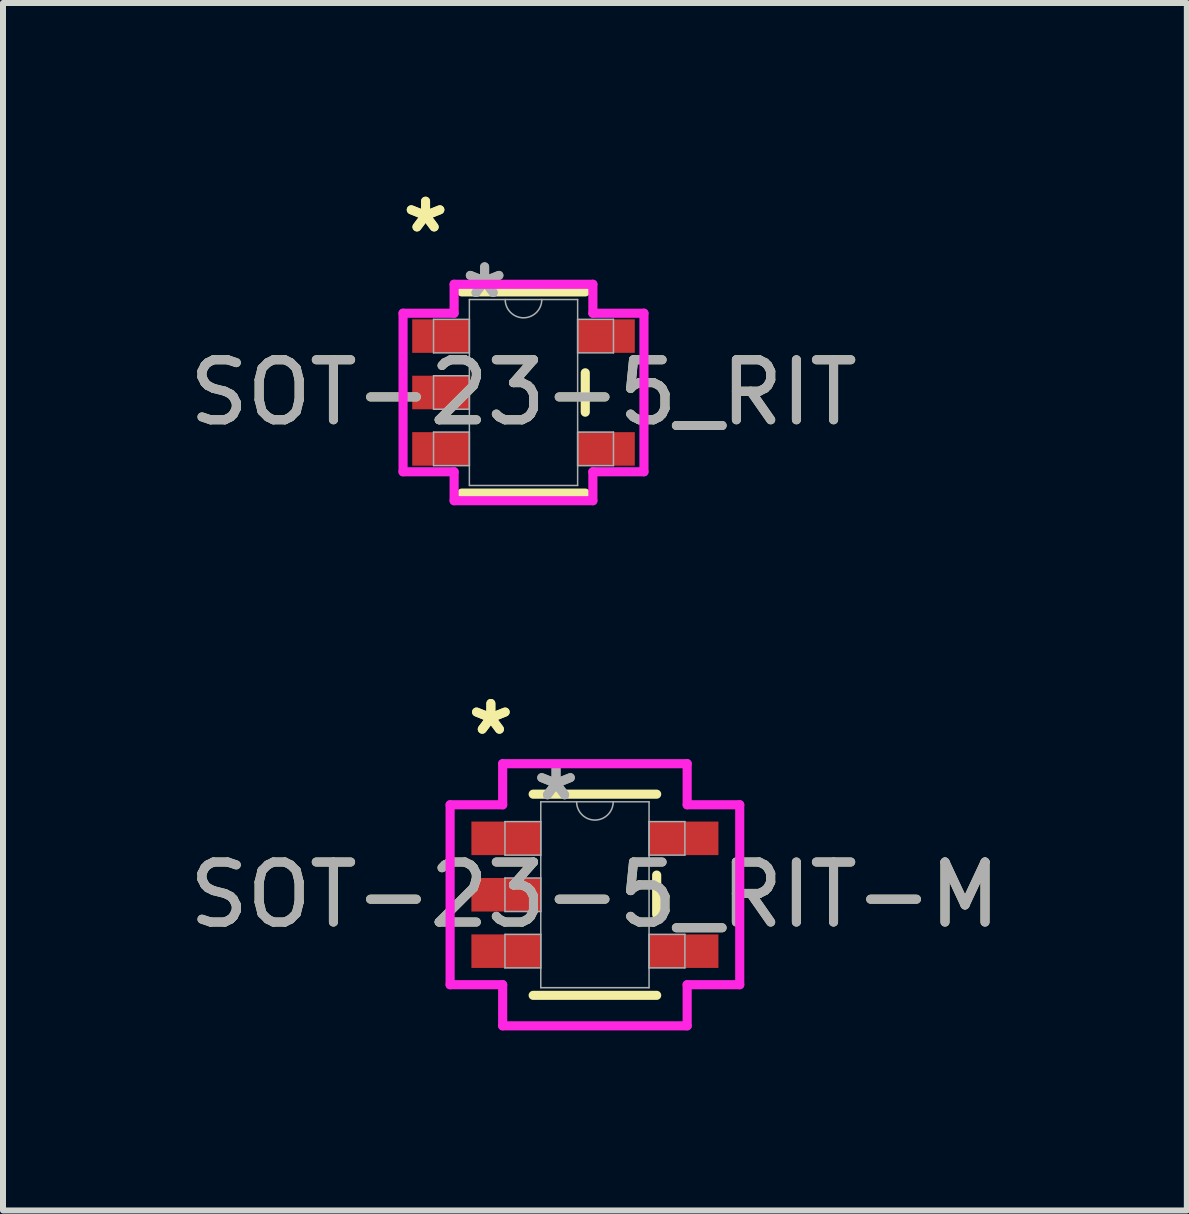
<source format=kicad_pcb>
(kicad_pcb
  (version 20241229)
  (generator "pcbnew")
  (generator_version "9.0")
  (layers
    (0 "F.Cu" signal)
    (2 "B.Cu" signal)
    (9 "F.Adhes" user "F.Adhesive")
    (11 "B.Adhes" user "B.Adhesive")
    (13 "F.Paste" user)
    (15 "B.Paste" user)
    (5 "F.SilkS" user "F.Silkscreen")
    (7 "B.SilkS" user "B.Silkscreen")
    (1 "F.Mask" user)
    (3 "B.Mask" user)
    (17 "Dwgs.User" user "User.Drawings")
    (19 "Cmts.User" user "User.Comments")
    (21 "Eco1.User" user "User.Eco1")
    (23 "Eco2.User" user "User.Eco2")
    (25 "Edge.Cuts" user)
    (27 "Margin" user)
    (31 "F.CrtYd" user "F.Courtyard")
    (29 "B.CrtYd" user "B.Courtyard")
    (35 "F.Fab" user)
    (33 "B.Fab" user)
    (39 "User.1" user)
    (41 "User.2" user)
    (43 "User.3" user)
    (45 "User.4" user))
  (footprint "SOT-23-5_RIT-M"
    (layer "F.Cu")
    (at 6.863 11.859)
    (property "Reference" "SOT-23-5_RIT-M" (at 0 0 0) (unlocked yes) (layer "F.SilkS") (effects (font (size 1 1) (thickness 0.15))))
    (attr smd)
    (fp_line (start -1.029 1.676) (end 1.029 1.676) (stroke (width 0.152) (type solid)) (layer "F.SilkS"))
    (fp_line (start 1.029 -1.676) (end -1.029 -1.676) (stroke (width 0.152) (type solid)) (layer "F.SilkS"))
    (fp_line (start 1.029 0.328) (end 1.029 -0.328) (stroke (width 0.152) (type solid)) (layer "F.SilkS"))
    (fp_line (start -2.413 -1.499) (end -1.537 -1.499) (stroke (width 0.152) (type solid)) (layer "F.CrtYd"))
    (fp_line (start -2.413 1.499) (end -2.413 -1.499) (stroke (width 0.152) (type solid)) (layer "F.CrtYd"))
    (fp_line (start -1.537 -2.184) (end 1.537 -2.184) (stroke (width 0.152) (type solid)) (layer "F.CrtYd"))
    (fp_line (start -1.537 -1.499) (end -1.537 -2.184) (stroke (width 0.152) (type solid)) (layer "F.CrtYd"))
    (fp_line (start -1.537 1.499) (end -2.413 1.499) (stroke (width 0.152) (type solid)) (layer "F.CrtYd"))
    (fp_line (start -1.537 2.184) (end -1.537 1.499) (stroke (width 0.152) (type solid)) (layer "F.CrtYd"))
    (fp_line (start 1.537 -2.184) (end 1.537 -1.499) (stroke (width 0.152) (type solid)) (layer "F.CrtYd"))
    (fp_line (start 1.537 -1.499) (end 2.413 -1.499) (stroke (width 0.152) (type solid)) (layer "F.CrtYd"))
    (fp_line (start 1.537 1.499) (end 1.537 2.184) (stroke (width 0.152) (type solid)) (layer "F.CrtYd"))
    (fp_line (start 1.537 2.184) (end -1.537 2.184) (stroke (width 0.152) (type solid)) (layer "F.CrtYd"))
    (fp_line (start 2.413 -1.499) (end 2.413 1.499) (stroke (width 0.152) (type solid)) (layer "F.CrtYd"))
    (fp_line (start 2.413 1.499) (end 1.537 1.499) (stroke (width 0.152) (type solid)) (layer "F.CrtYd"))
    (fp_line (start -1.499 -1.219) (end -1.499 -0.66) (stroke (width 0.025) (type solid)) (layer "F.Fab"))
    (fp_line (start -1.499 -0.66) (end -0.902 -0.66) (stroke (width 0.025) (type solid)) (layer "F.Fab"))
    (fp_line (start -1.499 -0.279) (end -1.499 0.279) (stroke (width 0.025) (type solid)) (layer "F.Fab"))
    (fp_line (start -1.499 0.279) (end -0.902 0.279) (stroke (width 0.025) (type solid)) (layer "F.Fab"))
    (fp_line (start -1.499 0.66) (end -1.499 1.219) (stroke (width 0.025) (type solid)) (layer "F.Fab"))
    (fp_line (start -1.499 1.219) (end -0.902 1.219) (stroke (width 0.025) (type solid)) (layer "F.Fab"))
    (fp_line (start -0.902 -1.549) (end -0.902 1.549) (stroke (width 0.025) (type solid)) (layer "F.Fab"))
    (fp_line (start -0.902 -1.219) (end -1.499 -1.219) (stroke (width 0.025) (type solid)) (layer "F.Fab"))
    (fp_line (start -0.902 -0.66) (end -0.902 -1.219) (stroke (width 0.025) (type solid)) (layer "F.Fab"))
    (fp_line (start -0.902 -0.279) (end -1.499 -0.279) (stroke (width 0.025) (type solid)) (layer "F.Fab"))
    (fp_line (start -0.902 0.279) (end -0.902 -0.279) (stroke (width 0.025) (type solid)) (layer "F.Fab"))
    (fp_line (start -0.902 0.66) (end -1.499 0.66) (stroke (width 0.025) (type solid)) (layer "F.Fab"))
    (fp_line (start -0.902 1.219) (end -0.902 0.66) (stroke (width 0.025) (type solid)) (layer "F.Fab"))
    (fp_line (start -0.902 1.549) (end 0.902 1.549) (stroke (width 0.025) (type solid)) (layer "F.Fab"))
    (fp_line (start 0.902 -1.549) (end -0.902 -1.549) (stroke (width 0.025) (type solid)) (layer "F.Fab"))
    (fp_line (start 0.902 -1.219) (end 0.902 -0.66) (stroke (width 0.025) (type solid)) (layer "F.Fab"))
    (fp_line (start 0.902 -0.66) (end 1.499 -0.66) (stroke (width 0.025) (type solid)) (layer "F.Fab"))
    (fp_line (start 0.902 0.66) (end 0.902 1.219) (stroke (width 0.025) (type solid)) (layer "F.Fab"))
    (fp_line (start 0.902 1.219) (end 1.499 1.219) (stroke (width 0.025) (type solid)) (layer "F.Fab"))
    (fp_line (start 0.902 1.549) (end 0.902 -1.549) (stroke (width 0.025) (type solid)) (layer "F.Fab"))
    (fp_line (start 1.499 -1.219) (end 0.902 -1.219) (stroke (width 0.025) (type solid)) (layer "F.Fab"))
    (fp_line (start 1.499 -0.66) (end 1.499 -1.219) (stroke (width 0.025) (type solid)) (layer "F.Fab"))
    (fp_line (start 1.499 0.66) (end 0.902 0.66) (stroke (width 0.025) (type solid)) (layer "F.Fab"))
    (fp_line (start 1.499 1.219) (end 1.499 0.66) (stroke (width 0.025) (type solid)) (layer "F.Fab"))
    (fp_arc (start 0.3048 -1.5494) (mid 0 -1.2446) (end -0.3048 -1.5494) (stroke (width 0.0254) (type solid)) (layer "F.Fab"))
    (fp_text user "*" (at -1.734 -2.642 0) (unlocked yes) (layer "F.SilkS") (effects (font (size 1 1) (thickness 0.15))))
    (fp_text user "*" (at -1.734 -2.642 0) (layer "F.SilkS") (effects (font (size 1 1) (thickness 0.15))))
    (fp_text user "${REFERENCE}" (at 0 0 0) (unlocked yes) (layer "F.Fab") (effects (font (size 1 1) (thickness 0.15))))
    (fp_text user "*" (at -0.648 -1.549 0) (layer "F.Fab") (effects (font (size 1 1) (thickness 0.15))))
    (fp_text user "*" (at -0.648 -1.549 0) (unlocked yes) (layer "F.Fab") (effects (font (size 1 1) (thickness 0.15))))
    (pad "1" smd rect (at -1.48 -0.94) (size 1.156 0.559) (layers "F.Cu" "F.Mask" "F.Paste"))
    (pad "2" smd rect (at -1.48 0) (size 1.156 0.559) (layers "F.Cu" "F.Mask" "F.Paste"))
    (pad "3" smd rect (at -1.48 0.94) (size 1.156 0.559) (layers "F.Cu" "F.Mask" "F.Paste"))
    (pad "4" smd rect (at 1.48 0.94) (size 1.156 0.559) (layers "F.Cu" "F.Mask" "F.Paste"))
    (pad "5" smd rect (at 1.48 -0.94) (size 1.156 0.559) (layers "F.Cu" "F.Mask" "F.Paste")))
  (footprint "SOT-23-5_RIT"
    (layer "F.Cu")
    (at 5.673 3.49)
    (property "Reference" "SOT-23-5_RIT" (at 0 0 0) (unlocked yes) (layer "F.SilkS") (effects (font (size 1 1) (thickness 0.15))))
    (attr smd)
    (fp_line (start -1.029 1.676) (end 1.029 1.676) (stroke (width 0.152) (type solid)) (layer "F.SilkS"))
    (fp_line (start 1.029 -1.676) (end -1.029 -1.676) (stroke (width 0.152) (type solid)) (layer "F.SilkS"))
    (fp_line (start 1.029 0.328) (end 1.029 -0.328) (stroke (width 0.152) (type solid)) (layer "F.SilkS"))
    (fp_line (start -2.007 -1.321) (end -1.156 -1.321) (stroke (width 0.152) (type solid)) (layer "F.CrtYd"))
    (fp_line (start -2.007 1.321) (end -2.007 -1.321) (stroke (width 0.152) (type solid)) (layer "F.CrtYd"))
    (fp_line (start -1.156 -1.803) (end 1.156 -1.803) (stroke (width 0.152) (type solid)) (layer "F.CrtYd"))
    (fp_line (start -1.156 -1.321) (end -1.156 -1.803) (stroke (width 0.152) (type solid)) (layer "F.CrtYd"))
    (fp_line (start -1.156 1.321) (end -2.007 1.321) (stroke (width 0.152) (type solid)) (layer "F.CrtYd"))
    (fp_line (start -1.156 1.803) (end -1.156 1.321) (stroke (width 0.152) (type solid)) (layer "F.CrtYd"))
    (fp_line (start 1.156 -1.803) (end 1.156 -1.321) (stroke (width 0.152) (type solid)) (layer "F.CrtYd"))
    (fp_line (start 1.156 -1.321) (end 2.007 -1.321) (stroke (width 0.152) (type solid)) (layer "F.CrtYd"))
    (fp_line (start 1.156 1.321) (end 1.156 1.803) (stroke (width 0.152) (type solid)) (layer "F.CrtYd"))
    (fp_line (start 1.156 1.803) (end -1.156 1.803) (stroke (width 0.152) (type solid)) (layer "F.CrtYd"))
    (fp_line (start 2.007 -1.321) (end 2.007 1.321) (stroke (width 0.152) (type solid)) (layer "F.CrtYd"))
    (fp_line (start 2.007 1.321) (end 1.156 1.321) (stroke (width 0.152) (type solid)) (layer "F.CrtYd"))
    (fp_line (start -1.499 -1.219) (end -1.499 -0.66) (stroke (width 0.025) (type solid)) (layer "F.Fab"))
    (fp_line (start -1.499 -0.66) (end -0.902 -0.66) (stroke (width 0.025) (type solid)) (layer "F.Fab"))
    (fp_line (start -1.499 -0.279) (end -1.499 0.279) (stroke (width 0.025) (type solid)) (layer "F.Fab"))
    (fp_line (start -1.499 0.279) (end -0.902 0.279) (stroke (width 0.025) (type solid)) (layer "F.Fab"))
    (fp_line (start -1.499 0.66) (end -1.499 1.219) (stroke (width 0.025) (type solid)) (layer "F.Fab"))
    (fp_line (start -1.499 1.219) (end -0.902 1.219) (stroke (width 0.025) (type solid)) (layer "F.Fab"))
    (fp_line (start -0.902 -1.549) (end -0.902 1.549) (stroke (width 0.025) (type solid)) (layer "F.Fab"))
    (fp_line (start -0.902 -1.219) (end -1.499 -1.219) (stroke (width 0.025) (type solid)) (layer "F.Fab"))
    (fp_line (start -0.902 -0.66) (end -0.902 -1.219) (stroke (width 0.025) (type solid)) (layer "F.Fab"))
    (fp_line (start -0.902 -0.279) (end -1.499 -0.279) (stroke (width 0.025) (type solid)) (layer "F.Fab"))
    (fp_line (start -0.902 0.279) (end -0.902 -0.279) (stroke (width 0.025) (type solid)) (layer "F.Fab"))
    (fp_line (start -0.902 0.66) (end -1.499 0.66) (stroke (width 0.025) (type solid)) (layer "F.Fab"))
    (fp_line (start -0.902 1.219) (end -0.902 0.66) (stroke (width 0.025) (type solid)) (layer "F.Fab"))
    (fp_line (start -0.902 1.549) (end 0.902 1.549) (stroke (width 0.025) (type solid)) (layer "F.Fab"))
    (fp_line (start 0.902 -1.549) (end -0.902 -1.549) (stroke (width 0.025) (type solid)) (layer "F.Fab"))
    (fp_line (start 0.902 -1.219) (end 0.902 -0.66) (stroke (width 0.025) (type solid)) (layer "F.Fab"))
    (fp_line (start 0.902 -0.66) (end 1.499 -0.66) (stroke (width 0.025) (type solid)) (layer "F.Fab"))
    (fp_line (start 0.902 0.66) (end 0.902 1.219) (stroke (width 0.025) (type solid)) (layer "F.Fab"))
    (fp_line (start 0.902 1.219) (end 1.499 1.219) (stroke (width 0.025) (type solid)) (layer "F.Fab"))
    (fp_line (start 0.902 1.549) (end 0.902 -1.549) (stroke (width 0.025) (type solid)) (layer "F.Fab"))
    (fp_line (start 1.499 -1.219) (end 0.902 -1.219) (stroke (width 0.025) (type solid)) (layer "F.Fab"))
    (fp_line (start 1.499 -0.66) (end 1.499 -1.219) (stroke (width 0.025) (type solid)) (layer "F.Fab"))
    (fp_line (start 1.499 0.66) (end 0.902 0.66) (stroke (width 0.025) (type solid)) (layer "F.Fab"))
    (fp_line (start 1.499 1.219) (end 1.499 0.66) (stroke (width 0.025) (type solid)) (layer "F.Fab"))
    (fp_arc (start 0.3048 -1.5494) (mid 0 -1.2446) (end -0.3048 -1.5494) (stroke (width 0.0254) (type solid)) (layer "F.Fab"))
    (fp_text user "*" (at -1.632 -2.642 0) (layer "F.SilkS") (effects (font (size 1 1) (thickness 0.15))))
    (fp_text user "*" (at -1.632 -2.642 0) (unlocked yes) (layer "F.SilkS") (effects (font (size 1 1) (thickness 0.15))))
    (fp_text user "*" (at -0.648 -1.549 0) (unlocked yes) (layer "F.Fab") (effects (font (size 1 1) (thickness 0.15))))
    (fp_text user "${REFERENCE}" (at 0 0 0) (unlocked yes) (layer "F.Fab") (effects (font (size 1 1) (thickness 0.15))))
    (fp_text user "*" (at -0.648 -1.549 0) (layer "F.Fab") (effects (font (size 1 1) (thickness 0.15))))
    (pad "1" smd rect (at -1.378 -0.94) (size 0.953 0.559) (layers "F.Cu" "F.Mask" "F.Paste"))
    (pad "2" smd rect (at -1.378 0) (size 0.953 0.559) (layers "F.Cu" "F.Mask" "F.Paste"))
    (pad "3" smd rect (at -1.378 0.94) (size 0.953 0.559) (layers "F.Cu" "F.Mask" "F.Paste"))
    (pad "4" smd rect (at 1.378 0.94) (size 0.953 0.559) (layers "F.Cu" "F.Mask" "F.Paste"))
    (pad "5" smd rect (at 1.378 -0.94) (size 0.953 0.559) (layers "F.Cu" "F.Mask" "F.Paste")))
  (gr_rect
    (start -3 -3)
    (end 16.726 17.12)
    (stroke (width 0.1) (type default))
    (fill no)
    (layer "Edge.Cuts")))
</source>
